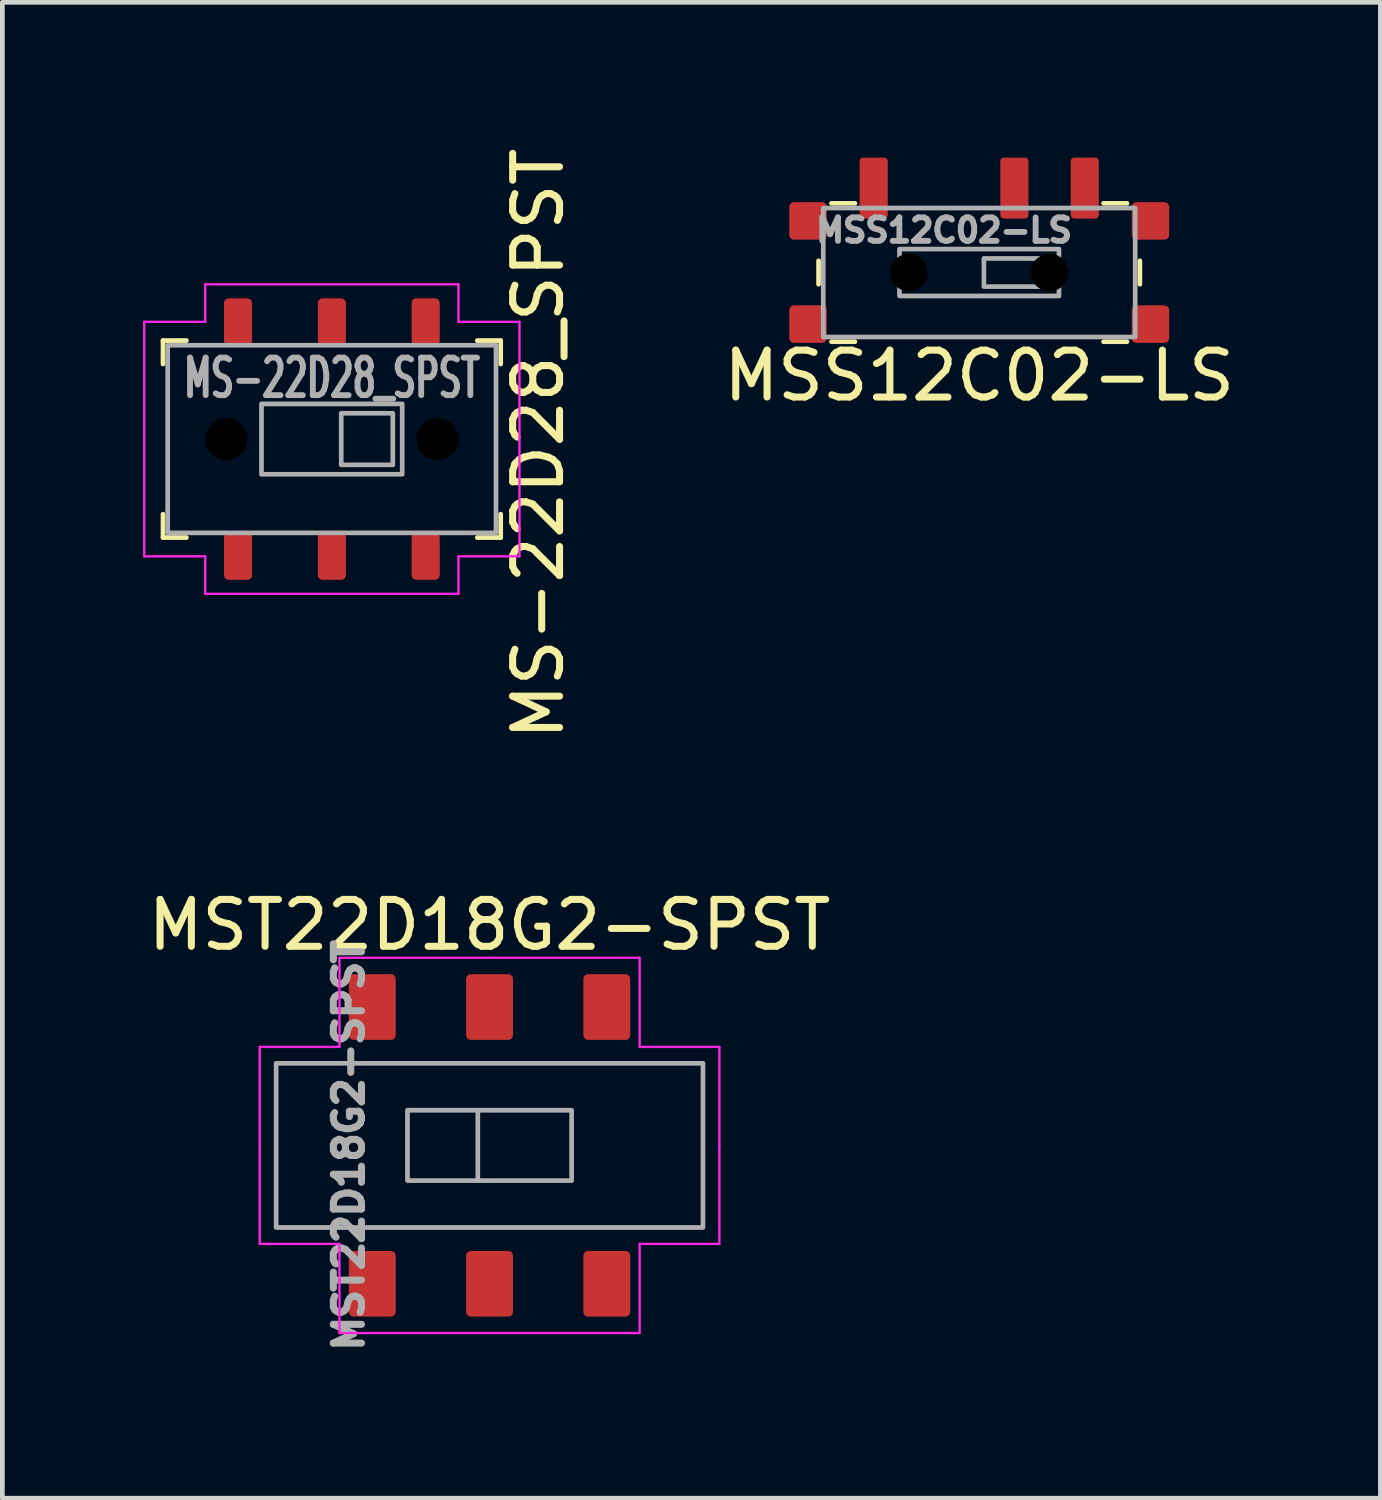
<source format=kicad_pcb>
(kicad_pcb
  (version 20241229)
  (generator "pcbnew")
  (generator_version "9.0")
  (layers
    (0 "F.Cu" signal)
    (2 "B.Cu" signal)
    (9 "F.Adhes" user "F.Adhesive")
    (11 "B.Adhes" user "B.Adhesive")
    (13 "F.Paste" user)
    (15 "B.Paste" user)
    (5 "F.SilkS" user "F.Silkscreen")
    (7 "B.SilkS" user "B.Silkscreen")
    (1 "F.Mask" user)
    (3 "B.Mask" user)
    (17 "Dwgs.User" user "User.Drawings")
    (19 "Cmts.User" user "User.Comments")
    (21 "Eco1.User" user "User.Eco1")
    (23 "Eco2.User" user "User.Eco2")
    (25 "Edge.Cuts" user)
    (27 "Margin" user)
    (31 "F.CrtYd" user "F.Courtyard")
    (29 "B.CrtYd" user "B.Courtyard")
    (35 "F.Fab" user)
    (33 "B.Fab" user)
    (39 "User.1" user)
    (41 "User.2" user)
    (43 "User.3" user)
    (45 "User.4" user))
  (footprint "MST22D18G2-SPST"
    (layer "F.Cu")
    (at 7.387 21.37)
    (property "Reference" "MST22D18G2-SPST" (at 0 -4.7 0) (unlocked yes) (layer "F.SilkS") (effects (font (size 1 1) (thickness 0.15))))
    (attr smd)
    (fp_line (start -4.9 -2.1) (end -4.9 0) (stroke (width 0.05) (type default)) (layer "F.CrtYd"))
    (fp_line (start -4.9 2.1) (end -4.9 0) (stroke (width 0.05) (type default)) (layer "F.CrtYd"))
    (fp_line (start -3.2 -4) (end -3.2 -2.1) (stroke (width 0.05) (type default)) (layer "F.CrtYd"))
    (fp_line (start -3.2 -2.1) (end -4.9 -2.1) (stroke (width 0.05) (type default)) (layer "F.CrtYd"))
    (fp_line (start -3.2 2.1) (end -4.9 2.1) (stroke (width 0.05) (type default)) (layer "F.CrtYd"))
    (fp_line (start -3.2 4) (end -3.2 2.1) (stroke (width 0.05) (type default)) (layer "F.CrtYd"))
    (fp_line (start 0 -4) (end -3.2 -4) (stroke (width 0.05) (type default)) (layer "F.CrtYd"))
    (fp_line (start 0 -4) (end 3.2 -4) (stroke (width 0.05) (type default)) (layer "F.CrtYd"))
    (fp_line (start 0 4) (end -3.2 4) (stroke (width 0.05) (type default)) (layer "F.CrtYd"))
    (fp_line (start 0 4) (end 3.2 4) (stroke (width 0.05) (type default)) (layer "F.CrtYd"))
    (fp_line (start 3.2 -4) (end 3.2 -2.1) (stroke (width 0.05) (type default)) (layer "F.CrtYd"))
    (fp_line (start 3.2 -2.1) (end 4.9 -2.1) (stroke (width 0.05) (type default)) (layer "F.CrtYd"))
    (fp_line (start 3.2 2.1) (end 4.9 2.1) (stroke (width 0.05) (type default)) (layer "F.CrtYd"))
    (fp_line (start 3.2 4) (end 3.2 2.1) (stroke (width 0.05) (type default)) (layer "F.CrtYd"))
    (fp_line (start 4.9 -2.1) (end 4.9 0) (stroke (width 0.05) (type default)) (layer "F.CrtYd"))
    (fp_line (start 4.9 2.1) (end 4.9 0) (stroke (width 0.05) (type default)) (layer "F.CrtYd"))
    (fp_line (start -0.25 -0.75) (end -0.25 0.75) (stroke (width 0.1) (type default)) (layer "F.Fab"))
    (fp_rect (start -4.55 -1.75) (end 4.55 1.75) (stroke (width 0.1) (type default)) (fill no) (layer "F.Fab"))
    (fp_rect (start -1.75 -0.75) (end 1.75 0.75) (stroke (width 0.1) (type default)) (fill no) (layer "F.Fab"))
    (fp_text user "${REFERENCE}" (at -3 0 90) (unlocked yes) (layer "F.Fab") (effects (font (size 0.6 0.6) (thickness 0.15))))
    (pad "1" smd roundrect (at -2.5 -2.95) (size 1 1.4) (layers "F.Cu" "F.Mask" "F.Paste") (roundrect_rratio 0.1))
    (pad "1" smd roundrect (at -2.5 2.95) (size 1 1.4) (layers "F.Cu" "F.Mask" "F.Paste") (roundrect_rratio 0.1))
    (pad "2" smd roundrect (at 0 -2.95) (size 1 1.4) (layers "F.Cu" "F.Mask" "F.Paste") (roundrect_rratio 0.1))
    (pad "2" smd roundrect (at 0 2.95) (size 1 1.4) (layers "F.Cu" "F.Mask" "F.Paste") (roundrect_rratio 0.1))
    (pad "3" smd roundrect (at 2.5 -2.95) (size 1 1.4) (layers "F.Cu" "F.Mask" "F.Paste") (roundrect_rratio 0.1))
    (pad "3" smd roundrect (at 2.5 2.95) (size 1 1.4) (layers "F.Cu" "F.Mask" "F.Paste") (roundrect_rratio 0.1)))
  (footprint "MS-22D28_SPST"
    (layer "F.Cu")
    (at 4.025 6.311)
    (property "Reference" "MS-22D28_SPST" (at 4.4 0.1 90) (unlocked yes) (layer "F.SilkS") (effects (font (size 1 1) (thickness 0.15))))
    (attr smd)
    (fp_line (start -3.6 -2.1) (end -3.6 -1.6) (stroke (width 0.1) (type default)) (layer "F.SilkS"))
    (fp_line (start -3.6 -2.1) (end -3.1 -2.1) (stroke (width 0.1) (type default)) (layer "F.SilkS"))
    (fp_line (start -3.6 2.1) (end -3.6 1.6) (stroke (width 0.1) (type default)) (layer "F.SilkS"))
    (fp_line (start -3.6 2.1) (end -3.1 2.1) (stroke (width 0.1) (type default)) (layer "F.SilkS"))
    (fp_line (start 3.6 -2.1) (end 3.1 -2.1) (stroke (width 0.1) (type default)) (layer "F.SilkS"))
    (fp_line (start 3.6 -2.1) (end 3.6 -1.6) (stroke (width 0.1) (type default)) (layer "F.SilkS"))
    (fp_line (start 3.6 2.1) (end 3.1 2.1) (stroke (width 0.1) (type default)) (layer "F.SilkS"))
    (fp_line (start 3.6 2.1) (end 3.6 1.6) (stroke (width 0.1) (type default)) (layer "F.SilkS"))
    (fp_line (start -4 2.5) (end -4 -2.5) (stroke (width 0.05) (type default)) (layer "F.CrtYd"))
    (fp_line (start -2.7 -3.3) (end -2.7 -2.5) (stroke (width 0.05) (type default)) (layer "F.CrtYd"))
    (fp_line (start -2.7 -2.5) (end -4 -2.5) (stroke (width 0.05) (type default)) (layer "F.CrtYd"))
    (fp_line (start -2.7 2.5) (end -4 2.5) (stroke (width 0.05) (type default)) (layer "F.CrtYd"))
    (fp_line (start -2.7 3.3) (end -2.7 2.5) (stroke (width 0.05) (type default)) (layer "F.CrtYd"))
    (fp_line (start -2.7 3.3) (end 2.7 3.3) (stroke (width 0.05) (type default)) (layer "F.CrtYd"))
    (fp_line (start 2.7 -3.3) (end -2.7 -3.3) (stroke (width 0.05) (type default)) (layer "F.CrtYd"))
    (fp_line (start 2.7 -3.3) (end 2.7 -2.5) (stroke (width 0.05) (type default)) (layer "F.CrtYd"))
    (fp_line (start 2.7 -2.5) (end 4 -2.5) (stroke (width 0.05) (type default)) (layer "F.CrtYd"))
    (fp_line (start 2.7 2.5) (end 4 2.5) (stroke (width 0.05) (type default)) (layer "F.CrtYd"))
    (fp_line (start 2.7 3.3) (end 2.7 2.5) (stroke (width 0.05) (type default)) (layer "F.CrtYd"))
    (fp_line (start 4 -2.5) (end 4 2.5) (stroke (width 0.05) (type default)) (layer "F.CrtYd"))
    (fp_rect (start -3.5 -2) (end 3.5 2) (stroke (width 0.1) (type default)) (fill no) (layer "F.Fab"))
    (fp_rect (start -1.5 -0.75) (end 1.5 0.75) (stroke (width 0.1) (type default)) (fill no) (layer "F.Fab"))
    (fp_rect (start 0.2 -0.55) (end 1.3 0.55) (stroke (width 0.1) (type default)) (fill no) (layer "F.Fab"))
    (fp_text user "${REFERENCE}" (at 0 -1.3 0) (unlocked yes) (layer "F.Fab") (effects (font (size 0.8 0.5) (thickness 0.125))))
    (pad "" np_thru_hole circle (at -2.25 0) (size 1 1) (drill 0.9) (layers "*.Mask"))
    (pad "" np_thru_hole circle (at 2.25 0) (size 1 1) (drill 0.9) (layers "*.Mask"))
    (pad "1" smd roundrect (at -2 -2.5) (size 0.6 1) (layers "F.Cu" "F.Mask" "F.Paste") (roundrect_rratio 0.167))
    (pad "1" smd roundrect (at -2 2.5) (size 0.6 1) (layers "F.Cu" "F.Mask" "F.Paste") (roundrect_rratio 0.167))
    (pad "2" smd roundrect (at 0 -2.5) (size 0.6 1) (layers "F.Cu" "F.Mask" "F.Paste") (roundrect_rratio 0.167))
    (pad "2" smd roundrect (at 0 2.5) (size 0.6 1) (layers "F.Cu" "F.Mask" "F.Paste") (roundrect_rratio 0.167))
    (pad "3" smd roundrect (at 2 -2.5) (size 0.6 1) (layers "F.Cu" "F.Mask" "F.Paste") (roundrect_rratio 0.167))
    (pad "3" smd roundrect (at 2 2.5) (size 0.6 1) (layers "F.Cu" "F.Mask" "F.Paste") (roundrect_rratio 0.167)))
  (footprint "MSS12C02-LS"
    (layer "F.Cu")
    (at 17.827 2.76)
    (property "Reference" "MSS12C02-LS" (at 0 2.2 0) (unlocked yes) (layer "F.SilkS") (effects (font (size 1 1) (thickness 0.15))))
    (attr smd)
    (fp_line (start -3.425 0.25) (end -3.425 -0.25) (stroke (width 0.1) (type default)) (layer "F.SilkS"))
    (fp_line (start -3.15 -1.475) (end -2.65 -1.475) (stroke (width 0.1) (type default)) (layer "F.SilkS"))
    (fp_line (start -3.15 1.475) (end -2.65 1.475) (stroke (width 0.1) (type default)) (layer "F.SilkS"))
    (fp_line (start 3.15 -1.475) (end 2.65 -1.475) (stroke (width 0.1) (type default)) (layer "F.SilkS"))
    (fp_line (start 3.15 1.475) (end 2.65 1.475) (stroke (width 0.1) (type default)) (layer "F.SilkS"))
    (fp_line (start 3.425 -0.25) (end 3.425 0.25) (stroke (width 0.1) (type default)) (layer "F.SilkS"))
    (fp_line (start -4.3 -1.8) (end -4.3 1.8) (stroke (width 0.12) (type default)) (layer "Margin"))
    (fp_line (start -2.8 -2.7) (end -2.8 -1.8) (stroke (width 0.12) (type default)) (layer "Margin"))
    (fp_line (start -2.8 -1.8) (end -4.3 -1.8) (stroke (width 0.12) (type default)) (layer "Margin"))
    (fp_line (start -1.7 -2.7) (end -2.8 -2.7) (stroke (width 0.12) (type default)) (layer "Margin"))
    (fp_line (start -1.7 -1.8) (end -1.7 -2.7) (stroke (width 0.12) (type default)) (layer "Margin"))
    (fp_line (start 0.2 -2.7) (end 0.2 -1.8) (stroke (width 0.12) (type default)) (layer "Margin"))
    (fp_line (start 0.2 -1.8) (end -1.7 -1.8) (stroke (width 0.12) (type default)) (layer "Margin"))
    (fp_line (start 2.8 -2.7) (end 0.2 -2.7) (stroke (width 0.12) (type default)) (layer "Margin"))
    (fp_line (start 2.8 -1.8) (end 2.8 -2.7) (stroke (width 0.12) (type default)) (layer "Margin"))
    (fp_line (start 4.3 -1.8) (end 2.8 -1.8) (stroke (width 0.12) (type default)) (layer "Margin"))
    (fp_line (start 4.3 -1.8) (end 4.3 1.8) (stroke (width 0.12) (type default)) (layer "Margin"))
    (fp_line (start 4.3 1.8) (end -4.3 1.8) (stroke (width 0.12) (type default)) (layer "Margin"))
    (fp_rect (start -3.325 -1.375) (end 3.325 1.375) (stroke (width 0.1) (type default)) (fill no) (layer "F.Fab"))
    (fp_rect (start -1.7 -0.5) (end 1.7 0.5) (stroke (width 0.1) (type default)) (fill no) (layer "F.Fab"))
    (fp_rect (start 0.1 -0.3) (end 1.5 0.3) (stroke (width 0.1) (type default)) (fill no) (layer "F.Fab"))
    (fp_text user "${REFERENCE}" (at -0.75 -0.9 0) (unlocked yes) (layer "F.Fab") (effects (font (size 0.5 0.5) (thickness 0.125))))
    (pad "" smd roundrect (at -3.65 -1.1) (size 0.8 0.8) (layers "F.Cu" "F.Mask" "F.Paste") (roundrect_rratio 0.125))
    (pad "" smd roundrect (at -3.65 1.1) (size 0.8 0.8) (layers "F.Cu" "F.Mask" "F.Paste") (roundrect_rratio 0.125))
    (pad "" np_thru_hole circle (at -1.5 0) (size 0.9 0.9) (drill 0.8) (layers "*.Mask"))
    (pad "" np_thru_hole circle (at 1.5 0) (size 0.9 0.9) (drill 0.8) (layers "*.Mask"))
    (pad "" smd roundrect (at 3.65 -1.1) (size 0.8 0.8) (layers "F.Cu" "F.Mask" "F.Paste") (roundrect_rratio 0.125))
    (pad "" smd roundrect (at 3.65 1.1) (size 0.8 0.8) (layers "F.Cu" "F.Mask" "F.Paste") (roundrect_rratio 0.125))
    (pad "1" smd roundrect (at -2.25 -1.8) (size 0.6 1.3) (layers "F.Cu" "F.Mask" "F.Paste") (roundrect_rratio 0.125))
    (pad "2" smd roundrect (at 0.75 -1.8) (size 0.6 1.3) (layers "F.Cu" "F.Mask" "F.Paste") (roundrect_rratio 0.125))
    (pad "3" smd roundrect (at 2.25 -1.8) (size 0.6 1.3) (layers "F.Cu" "F.Mask" "F.Paste") (roundrect_rratio 0.125)))
  (gr_rect
    (start -3 -3)
    (end 26.38 28.892)
    (stroke (width 0.1) (type default))
    (fill no)
    (layer "Edge.Cuts")))
</source>
